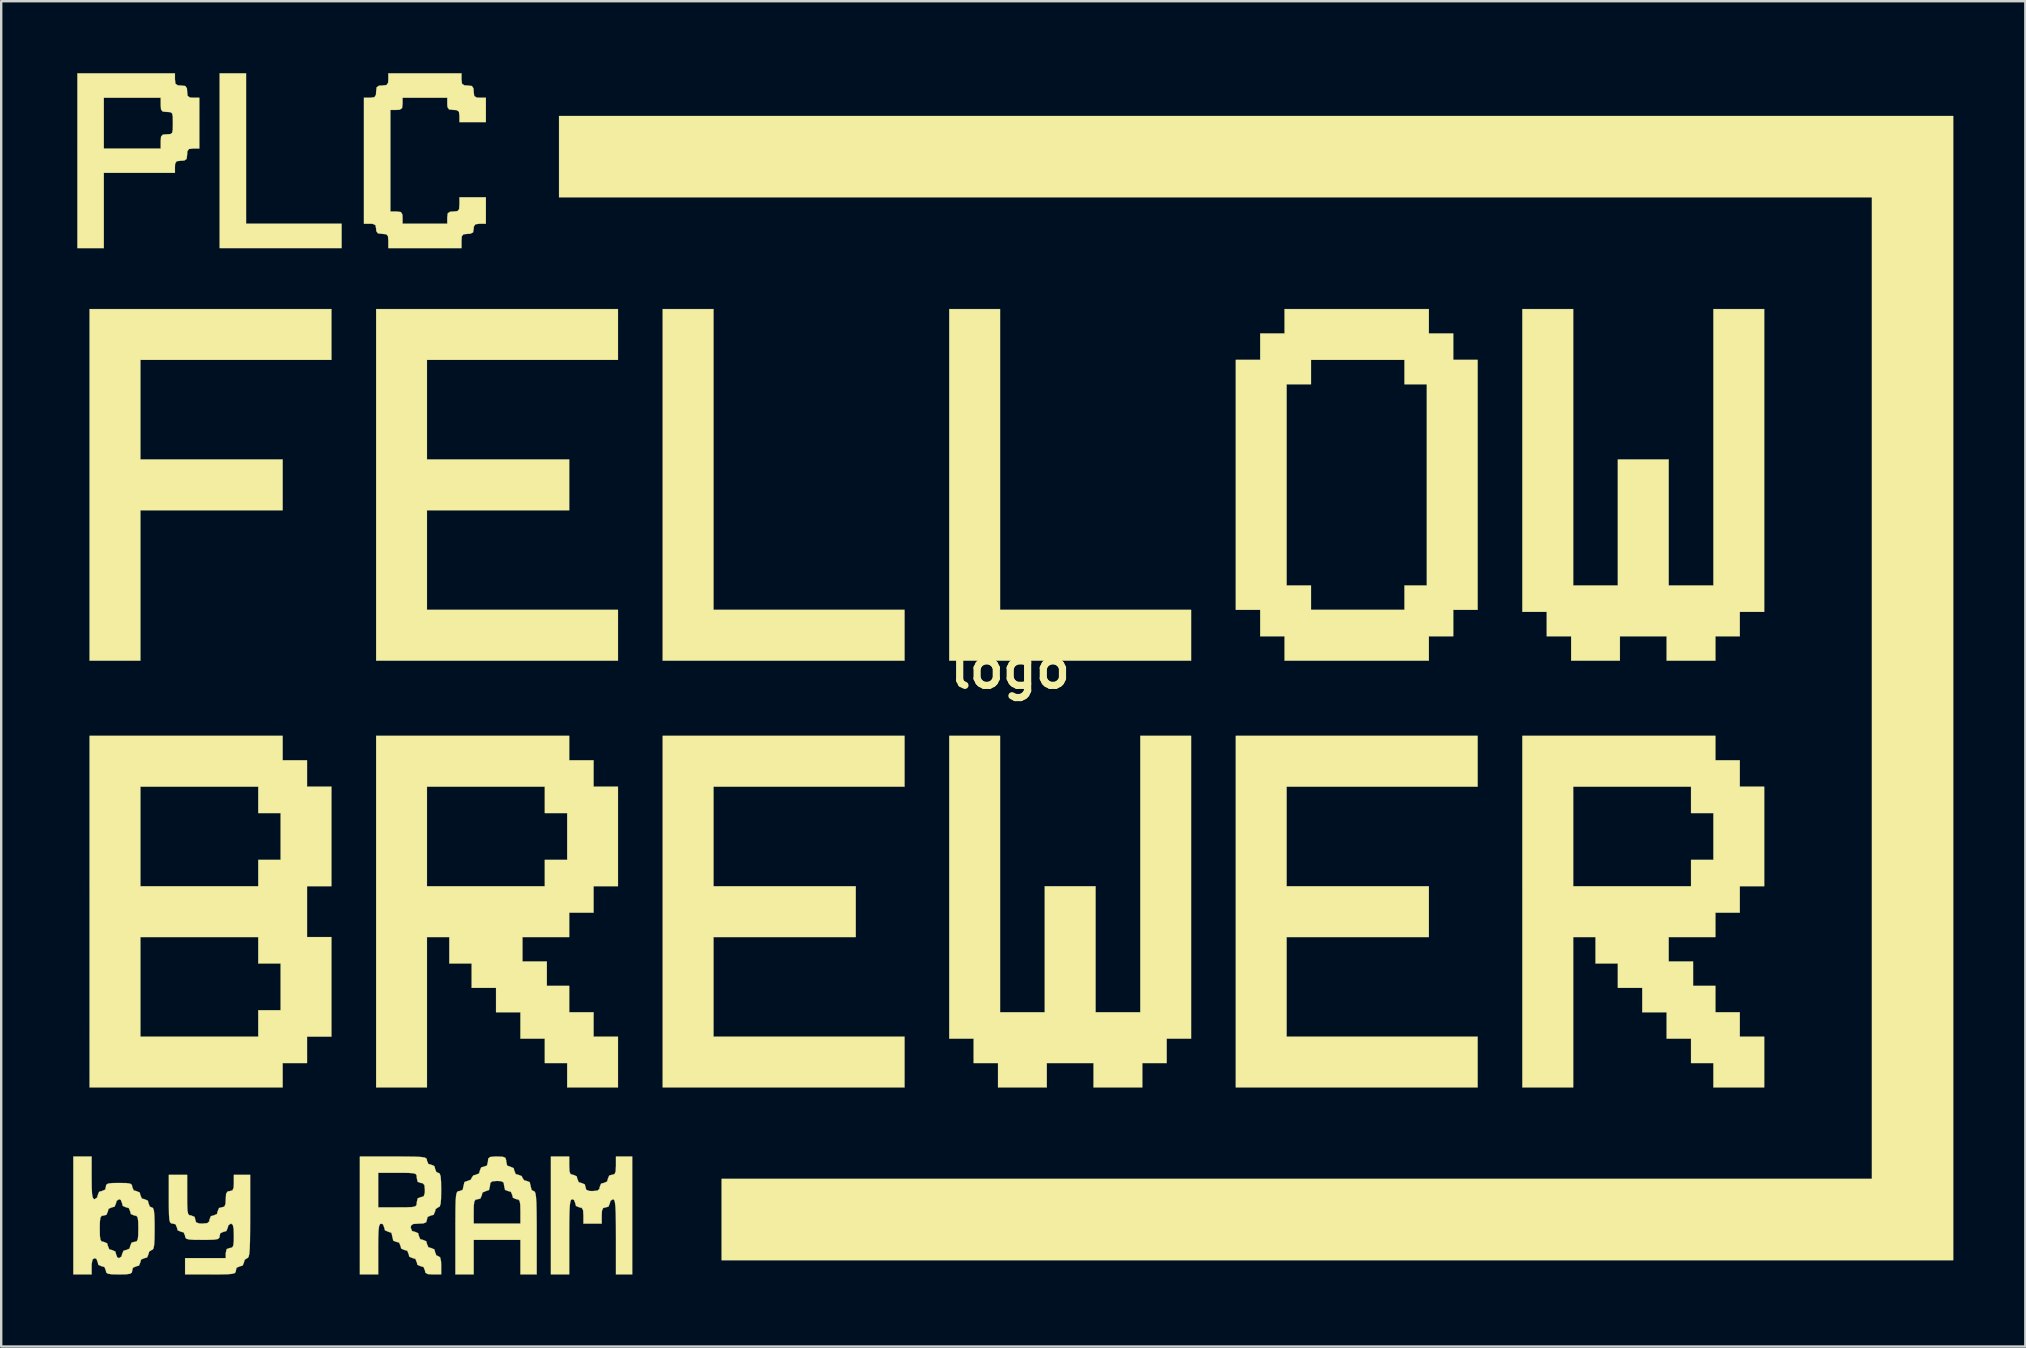
<source format=kicad_pcb>
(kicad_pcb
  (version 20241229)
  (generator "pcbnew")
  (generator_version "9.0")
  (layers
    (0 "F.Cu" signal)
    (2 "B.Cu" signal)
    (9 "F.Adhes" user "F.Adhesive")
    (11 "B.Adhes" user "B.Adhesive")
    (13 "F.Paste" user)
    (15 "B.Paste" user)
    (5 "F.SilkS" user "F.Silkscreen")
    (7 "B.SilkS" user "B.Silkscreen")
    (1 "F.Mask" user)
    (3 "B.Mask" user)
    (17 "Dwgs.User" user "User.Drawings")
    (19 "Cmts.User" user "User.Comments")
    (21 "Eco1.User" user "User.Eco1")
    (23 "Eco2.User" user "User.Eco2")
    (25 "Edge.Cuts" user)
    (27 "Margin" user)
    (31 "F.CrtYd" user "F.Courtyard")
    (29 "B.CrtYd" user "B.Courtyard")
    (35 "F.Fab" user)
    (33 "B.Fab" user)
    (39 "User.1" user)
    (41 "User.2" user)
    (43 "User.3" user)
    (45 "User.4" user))
  (footprint "logo"
    (layer "F.Cu")
    (at 39.036 24.812)
    (property "Reference" "logo" (at 0 0 0) (layer "F.SilkS") (effects (font (size 1.524 1.524) (thickness 0.3))))
    (attr through_hole)
    (fp_poly (pts (xy -31.835 -18.542) (xy -27.855 -18.542) (xy -27.855 -17.526) (xy -32.935 -17.526) (xy -32.935 -24.807) (xy -31.835 -24.807) (xy -31.835 -18.542)) (stroke (width 0.01) (type solid)) (fill yes) (layer "F.SilkS"))
    (fp_poly (pts (xy -12.361 -2.455) (xy -4.403 -2.455) (xy -4.403 -0.339) (xy -14.478 -0.339) (xy -14.478 -14.986) (xy -12.361 -14.986) (xy -12.361 -2.455)) (stroke (width 0.01) (type solid)) (fill yes) (layer "F.SilkS"))
    (fp_poly (pts (xy -0.423 -2.455) (xy 7.535 -2.455) (xy 7.535 -0.339) (xy -2.54 -0.339) (xy -2.54 -14.986) (xy -0.423 -14.986) (xy -0.423 -2.455)) (stroke (width 0.01) (type solid)) (fill yes) (layer "F.SilkS"))
    (fp_poly (pts (xy 39.285 24.638) (xy -12.023 24.638) (xy -12.023 21.251) (xy 35.899 21.251) (xy 35.899 -19.643) (xy -18.796 -19.643) (xy -18.796 -23.029) (xy 39.285 -23.029) (xy 39.285 24.638)) (stroke (width 0.01) (type solid)) (fill yes) (layer "F.SilkS"))
    (fp_poly (pts (xy -28.279 -12.869) (xy -36.237 -12.869) (xy -36.237 -8.721) (xy -30.311 -8.721) (xy -30.311 -6.604) (xy -36.237 -6.604) (xy -36.237 -0.339) (xy -38.354 -0.339) (xy -38.354 -14.986) (xy -28.279 -14.986) (xy -28.279 -12.869)) (stroke (width 0.01) (type solid)) (fill yes) (layer "F.SilkS"))
    (fp_poly (pts (xy -16.341 -12.869) (xy -24.299 -12.869) (xy -24.299 -8.721) (xy -18.373 -8.721) (xy -18.373 -6.604) (xy -24.299 -6.604) (xy -24.299 -2.455) (xy -16.341 -2.455) (xy -16.341 -0.339) (xy -26.416 -0.339) (xy -26.416 -14.986) (xy -16.341 -14.986) (xy -16.341 -12.869)) (stroke (width 0.01) (type solid)) (fill yes) (layer "F.SilkS"))
    (fp_poly (pts (xy -4.403 4.911) (xy -12.361 4.911) (xy -12.361 9.059) (xy -6.435 9.059) (xy -6.435 11.176) (xy -12.361 11.176) (xy -12.361 15.325) (xy -4.403 15.325) (xy -4.403 17.441) (xy -14.478 17.441) (xy -14.478 2.794) (xy -4.403 2.794) (xy -4.403 4.911)) (stroke (width 0.01) (type solid)) (fill yes) (layer "F.SilkS"))
    (fp_poly (pts (xy 19.473 4.911) (xy 11.515 4.911) (xy 11.515 9.059) (xy 17.441 9.059) (xy 17.441 11.176) (xy 11.515 11.176) (xy 11.515 15.325) (xy 19.473 15.325) (xy 19.473 17.441) (xy 9.398 17.441) (xy 9.398 2.794) (xy 19.473 2.794) (xy 19.473 4.911)) (stroke (width 0.01) (type solid)) (fill yes) (layer "F.SilkS"))
    (fp_poly (pts (xy -0.423 14.309) (xy 1.439 14.309) (xy 1.439 9.059) (xy 3.556 9.059) (xy 3.556 14.309) (xy 5.419 14.309) (xy 5.419 2.794) (xy 7.535 2.794) (xy 7.535 15.409) (xy 6.519 15.409) (xy 6.519 16.425) (xy 5.503 16.425) (xy 5.503 17.441) (xy 3.471 17.441) (xy 3.471 16.425) (xy 1.524 16.425) (xy 1.524 17.441) (xy -0.508 17.441) (xy -0.508 16.425) (xy -1.524 16.425) (xy -1.524 15.409) (xy -2.54 15.409) (xy -2.54 2.794) (xy -0.423 2.794) (xy -0.423 14.309)) (stroke (width 0.01) (type solid)) (fill yes) (layer "F.SilkS"))
    (fp_poly (pts (xy 23.453 -3.471) (xy 25.315 -3.471) (xy 25.315 -8.721) (xy 27.432 -8.721) (xy 27.432 -3.471) (xy 29.295 -3.471) (xy 29.295 -14.986) (xy 31.411 -14.986) (xy 31.411 -2.371) (xy 30.395 -2.371) (xy 30.395 -1.355) (xy 29.379 -1.355) (xy 29.379 -0.339) (xy 27.347 -0.339) (xy 27.347 -1.355) (xy 25.4 -1.355) (xy 25.4 -0.339) (xy 23.368 -0.339) (xy 23.368 -1.355) (xy 22.352 -1.355) (xy 22.352 -2.371) (xy 21.336 -2.371) (xy 21.336 -14.986) (xy 23.453 -14.986) (xy 23.453 -3.471)) (stroke (width 0.01) (type solid)) (fill yes) (layer "F.SilkS"))
    (fp_poly (pts (xy 17.441 -13.97) (xy 18.457 -13.97) (xy 18.457 -12.869) (xy 19.473 -12.869) (xy 19.473 -2.455) (xy 18.457 -2.455) (xy 18.457 -1.355) (xy 17.441 -1.355) (xy 17.441 -0.339) (xy 11.43 -0.339) (xy 11.43 -1.355) (xy 10.414 -1.355) (xy 10.414 -2.455) (xy 9.398 -2.455) (xy 9.398 -11.853) (xy 11.515 -11.853) (xy 11.515 -3.471) (xy 12.531 -3.471) (xy 12.531 -2.455) (xy 16.425 -2.455) (xy 16.425 -3.471) (xy 17.357 -3.471) (xy 17.357 -11.853) (xy 16.425 -11.853) (xy 16.425 -12.869) (xy 12.531 -12.869) (xy 12.531 -11.853) (xy 11.515 -11.853) (xy 9.398 -11.853) (xy 9.398 -12.869) (xy 10.414 -12.869) (xy 10.414 -13.97) (xy 11.43 -13.97) (xy 11.43 -14.986) (xy 17.441 -14.986) (xy 17.441 -13.97)) (stroke (width 0.01) (type solid)) (fill yes) (layer "F.SilkS"))
    (fp_poly (pts (xy -30.311 3.81) (xy -29.295 3.81) (xy -29.295 4.911) (xy -28.279 4.911) (xy -28.279 9.059) (xy -29.295 9.059) (xy -29.295 11.176) (xy -28.279 11.176) (xy -28.279 15.325) (xy -29.295 15.325) (xy -29.295 16.425) (xy -30.311 16.425) (xy -30.311 17.441) (xy -38.354 17.441) (xy -38.354 11.176) (xy -36.237 11.176) (xy -36.237 15.325) (xy -31.327 15.325) (xy -31.327 14.224) (xy -30.395 14.224) (xy -30.395 12.277) (xy -31.327 12.277) (xy -31.327 11.176) (xy -36.237 11.176) (xy -38.354 11.176) (xy -38.354 4.911) (xy -36.237 4.911) (xy -36.237 9.059) (xy -31.327 9.059) (xy -31.327 7.959) (xy -30.395 7.959) (xy -30.395 6.011) (xy -31.327 6.011) (xy -31.327 4.911) (xy -36.237 4.911) (xy -38.354 4.911) (xy -38.354 2.794) (xy -30.311 2.794) (xy -30.311 3.81)) (stroke (width 0.01) (type solid)) (fill yes) (layer "F.SilkS"))
    (fp_poly (pts (xy -18.373 3.81) (xy -17.357 3.81) (xy -17.357 4.911) (xy -16.341 4.911) (xy -16.341 9.059) (xy -17.357 9.059) (xy -17.357 10.16) (xy -18.373 10.16) (xy -18.373 11.176) (xy -20.32 11.176) (xy -20.32 12.192) (xy -19.304 12.192) (xy -19.304 13.208) (xy -18.373 13.208) (xy -18.373 14.309) (xy -17.357 14.309) (xy -17.357 15.325) (xy -16.341 15.325) (xy -16.341 17.441) (xy -18.457 17.441) (xy -18.457 16.425) (xy -19.389 16.425) (xy -19.389 15.409) (xy -20.405 15.409) (xy -20.405 14.309) (xy -21.421 14.309) (xy -21.421 13.293) (xy -22.437 13.293) (xy -22.437 12.277) (xy -23.368 12.277) (xy -23.368 11.176) (xy -24.299 11.176) (xy -24.299 17.441) (xy -26.416 17.441) (xy -26.416 4.911) (xy -24.299 4.911) (xy -24.299 9.059) (xy -19.389 9.059) (xy -19.389 7.959) (xy -18.457 7.959) (xy -18.457 6.011) (xy -19.389 6.011) (xy -19.389 4.911) (xy -24.299 4.911) (xy -26.416 4.911) (xy -26.416 2.794) (xy -18.373 2.794) (xy -18.373 3.81)) (stroke (width 0.01) (type solid)) (fill yes) (layer "F.SilkS"))
    (fp_poly (pts (xy 29.379 3.81) (xy 30.395 3.81) (xy 30.395 4.911) (xy 31.411 4.911) (xy 31.411 9.059) (xy 30.395 9.059) (xy 30.395 10.16) (xy 29.379 10.16) (xy 29.379 11.176) (xy 27.432 11.176) (xy 27.432 12.192) (xy 28.448 12.192) (xy 28.448 13.208) (xy 29.379 13.208) (xy 29.379 14.309) (xy 30.395 14.309) (xy 30.395 15.325) (xy 31.411 15.325) (xy 31.411 17.441) (xy 29.295 17.441) (xy 29.295 16.425) (xy 28.363 16.425) (xy 28.363 15.409) (xy 27.347 15.409) (xy 27.347 14.309) (xy 26.331 14.309) (xy 26.331 13.293) (xy 25.315 13.293) (xy 25.315 12.277) (xy 24.384 12.277) (xy 24.384 11.176) (xy 23.453 11.176) (xy 23.453 17.441) (xy 21.336 17.441) (xy 21.336 4.911) (xy 23.453 4.911) (xy 23.453 9.059) (xy 28.363 9.059) (xy 28.363 7.959) (xy 29.295 7.959) (xy 29.295 6.011) (xy 28.363 6.011) (xy 28.363 4.911) (xy 23.453 4.911) (xy 21.336 4.911) (xy 21.336 2.794) (xy 29.379 2.794) (xy 29.379 3.81)) (stroke (width 0.01) (type solid)) (fill yes) (layer "F.SilkS"))
    (fp_poly (pts (xy -34.798 -24.553) (xy -34.777 -24.373) (xy -34.678 -24.307) (xy -34.544 -24.299) (xy -34.364 -24.278) (xy -34.298 -24.179) (xy -34.29 -24.045) (xy -34.269 -23.865) (xy -34.17 -23.799) (xy -34.036 -23.791) (xy -33.782 -23.791) (xy -33.782 -21.675) (xy -34.036 -21.675) (xy -34.216 -21.654) (xy -34.282 -21.555) (xy -34.29 -21.421) (xy -34.311 -21.241) (xy -34.41 -21.174) (xy -34.544 -21.167) (xy -34.724 -21.146) (xy -34.79 -21.047) (xy -34.798 -20.913) (xy -34.798 -20.659) (xy -37.761 -20.659) (xy -37.761 -17.526) (xy -38.862 -17.526) (xy -38.862 -23.791) (xy -37.761 -23.791) (xy -37.761 -21.675) (xy -35.391 -21.675) (xy -35.391 -21.971) (xy -35.377 -22.17) (xy -35.305 -22.252) (xy -35.137 -22.267) (xy -34.991 -22.275) (xy -34.916 -22.326) (xy -34.887 -22.463) (xy -34.883 -22.726) (xy -34.883 -22.733) (xy -34.887 -22.999) (xy -34.915 -23.138) (xy -34.989 -23.19) (xy -35.133 -23.199) (xy -35.137 -23.199) (xy -35.307 -23.215) (xy -35.377 -23.299) (xy -35.391 -23.495) (xy -35.391 -23.791) (xy -37.761 -23.791) (xy -38.862 -23.791) (xy -38.862 -24.807) (xy -34.798 -24.807) (xy -34.798 -24.553)) (stroke (width 0.01) (type solid)) (fill yes) (layer "F.SilkS"))
    (fp_poly (pts (xy -18.373 20.701) (xy -18.362 20.939) (xy -18.316 21.052) (xy -18.215 21.082) (xy -18.203 21.082) (xy -18.062 21.142) (xy -18.034 21.251) (xy -17.974 21.393) (xy -17.865 21.421) (xy -17.723 21.481) (xy -17.695 21.59) (xy -17.662 21.707) (xy -17.533 21.754) (xy -17.399 21.759) (xy -17.195 21.74) (xy -17.112 21.666) (xy -17.103 21.59) (xy -17.043 21.448) (xy -16.933 21.421) (xy -16.792 21.361) (xy -16.764 21.251) (xy -16.704 21.11) (xy -16.595 21.082) (xy -16.489 21.057) (xy -16.439 20.954) (xy -16.425 20.728) (xy -16.425 20.701) (xy -16.425 20.32) (xy -15.748 20.32) (xy -15.748 25.231) (xy -16.425 25.231) (xy -16.425 23.664) (xy -16.427 23.105) (xy -16.433 22.694) (xy -16.446 22.409) (xy -16.467 22.229) (xy -16.497 22.133) (xy -16.539 22.099) (xy -16.552 22.098) (xy -16.656 22.169) (xy -16.679 22.267) (xy -16.739 22.409) (xy -16.849 22.437) (xy -16.959 22.465) (xy -17.008 22.58) (xy -17.018 22.775) (xy -17.018 23.114) (xy -17.78 23.114) (xy -17.78 22.775) (xy -17.794 22.554) (xy -17.852 22.456) (xy -17.949 22.437) (xy -18.091 22.377) (xy -18.119 22.267) (xy -18.172 22.129) (xy -18.246 22.098) (xy -18.291 22.119) (xy -18.324 22.197) (xy -18.347 22.353) (xy -18.362 22.609) (xy -18.37 22.985) (xy -18.373 23.504) (xy -18.373 23.664) (xy -18.373 25.231) (xy -19.135 25.231) (xy -19.135 20.32) (xy -18.373 20.32) (xy -18.373 20.701)) (stroke (width 0.01) (type solid)) (fill yes) (layer "F.SilkS"))
    (fp_poly (pts (xy -22.86 -24.553) (xy -22.839 -24.373) (xy -22.74 -24.307) (xy -22.606 -24.299) (xy -22.426 -24.278) (xy -22.36 -24.179) (xy -22.352 -24.045) (xy -22.331 -23.865) (xy -22.232 -23.799) (xy -22.098 -23.791) (xy -21.844 -23.791) (xy -21.844 -22.775) (xy -22.945 -22.775) (xy -22.945 -23.029) (xy -22.966 -23.209) (xy -23.065 -23.276) (xy -23.199 -23.283) (xy -23.379 -23.304) (xy -23.445 -23.403) (xy -23.453 -23.537) (xy -23.453 -23.791) (xy -25.315 -23.791) (xy -25.315 -23.537) (xy -25.336 -23.357) (xy -25.435 -23.291) (xy -25.569 -23.283) (xy -25.823 -23.283) (xy -25.823 -19.05) (xy -25.569 -19.05) (xy -25.389 -19.029) (xy -25.323 -18.93) (xy -25.315 -18.796) (xy -25.315 -18.542) (xy -23.453 -18.542) (xy -23.453 -18.796) (xy -23.432 -18.976) (xy -23.333 -19.042) (xy -23.199 -19.05) (xy -23.028 -19.067) (xy -22.958 -19.15) (xy -22.945 -19.346) (xy -22.945 -19.643) (xy -21.844 -19.643) (xy -21.844 -18.542) (xy -22.098 -18.542) (xy -22.28 -18.519) (xy -22.346 -18.422) (xy -22.352 -18.33) (xy -22.379 -18.179) (xy -22.496 -18.124) (xy -22.606 -18.119) (xy -22.777 -18.102) (xy -22.847 -18.018) (xy -22.86 -17.822) (xy -22.86 -17.526) (xy -25.908 -17.526) (xy -25.908 -17.822) (xy -25.922 -18.021) (xy -25.994 -18.103) (xy -26.162 -18.119) (xy -26.344 -18.141) (xy -26.41 -18.238) (xy -26.416 -18.33) (xy -26.443 -18.482) (xy -26.56 -18.537) (xy -26.67 -18.542) (xy -26.924 -18.542) (xy -26.924 -23.791) (xy -26.67 -23.791) (xy -26.49 -23.812) (xy -26.424 -23.911) (xy -26.416 -24.045) (xy -26.395 -24.225) (xy -26.296 -24.292) (xy -26.162 -24.299) (xy -25.982 -24.32) (xy -25.916 -24.419) (xy -25.908 -24.553) (xy -25.908 -24.807) (xy -22.86 -24.807) (xy -22.86 -24.553)) (stroke (width 0.01) (type solid)) (fill yes) (layer "F.SilkS"))
    (fp_poly (pts (xy -21.143 20.329) (xy -21.032 20.372) (xy -20.999 20.475) (xy -20.997 20.532) (xy -20.958 20.698) (xy -20.828 20.743) (xy -20.686 20.803) (xy -20.659 20.913) (xy -20.599 21.054) (xy -20.489 21.082) (xy -20.351 21.135) (xy -20.32 21.209) (xy -20.249 21.312) (xy -20.151 21.336) (xy -20.018 21.386) (xy -19.981 21.548) (xy -19.937 21.718) (xy -19.854 21.759) (xy -19.811 21.78) (xy -19.779 21.855) (xy -19.756 22.005) (xy -19.74 22.25) (xy -19.732 22.611) (xy -19.728 23.109) (xy -19.727 23.495) (xy -19.727 25.231) (xy -20.405 25.231) (xy -20.405 23.791) (xy -22.352 23.791) (xy -22.352 25.231) (xy -23.114 25.231) (xy -23.114 23.495) (xy -23.113 22.912) (xy -23.111 22.606) (xy -22.352 22.606) (xy -22.352 23.114) (xy -20.405 23.114) (xy -20.405 22.606) (xy -20.411 22.322) (xy -20.438 22.169) (xy -20.499 22.107) (xy -20.574 22.098) (xy -20.716 22.038) (xy -20.743 21.929) (xy -20.803 21.787) (xy -20.913 21.759) (xy -21.045 21.71) (xy -21.082 21.548) (xy -21.104 21.405) (xy -21.204 21.346) (xy -21.378 21.336) (xy -21.579 21.352) (xy -21.661 21.423) (xy -21.675 21.548) (xy -21.714 21.714) (xy -21.844 21.759) (xy -21.986 21.819) (xy -22.013 21.929) (xy -22.073 22.07) (xy -22.183 22.098) (xy -22.277 22.117) (xy -22.328 22.198) (xy -22.349 22.381) (xy -22.352 22.606) (xy -23.111 22.606) (xy -23.11 22.476) (xy -23.102 22.167) (xy -23.087 21.962) (xy -23.063 21.841) (xy -23.028 21.781) (xy -22.98 21.761) (xy -22.945 21.759) (xy -22.812 21.71) (xy -22.775 21.548) (xy -22.736 21.382) (xy -22.606 21.336) (xy -22.468 21.283) (xy -22.437 21.209) (xy -22.366 21.106) (xy -22.267 21.082) (xy -22.126 21.022) (xy -22.098 20.913) (xy -22.038 20.771) (xy -21.929 20.743) (xy -21.796 20.694) (xy -21.759 20.532) (xy -21.744 20.401) (xy -21.666 20.339) (xy -21.481 20.321) (xy -21.378 20.32) (xy -21.143 20.329)) (stroke (width 0.01) (type solid)) (fill yes) (layer "F.SilkS"))
    (fp_poly (pts (xy -34.29 21.929) (xy -34.288 22.314) (xy -34.277 22.561) (xy -34.251 22.699) (xy -34.204 22.761) (xy -34.13 22.775) (xy -34.121 22.775) (xy -33.979 22.835) (xy -33.951 22.945) (xy -33.918 23.061) (xy -33.789 23.108) (xy -33.655 23.114) (xy -33.451 23.095) (xy -33.368 23.021) (xy -33.359 22.945) (xy -33.299 22.803) (xy -33.189 22.775) (xy -33.048 22.715) (xy -33.02 22.606) (xy -32.96 22.464) (xy -32.851 22.437) (xy -32.74 22.408) (xy -32.691 22.293) (xy -32.681 22.098) (xy -32.667 21.876) (xy -32.61 21.779) (xy -32.512 21.759) (xy -32.401 21.731) (xy -32.352 21.616) (xy -32.343 21.421) (xy -32.343 21.082) (xy -31.665 21.082) (xy -31.665 22.818) (xy -31.667 23.41) (xy -31.672 23.853) (xy -31.683 24.168) (xy -31.701 24.375) (xy -31.728 24.494) (xy -31.764 24.546) (xy -31.792 24.553) (xy -31.896 24.624) (xy -31.919 24.723) (xy -31.979 24.864) (xy -32.089 24.892) (xy -32.23 24.952) (xy -32.258 25.061) (xy -32.268 25.132) (xy -32.315 25.179) (xy -32.427 25.208) (xy -32.632 25.224) (xy -32.957 25.23) (xy -33.316 25.231) (xy -34.375 25.231) (xy -34.375 24.553) (xy -32.681 24.553) (xy -32.681 24.342) (xy -32.642 24.176) (xy -32.512 24.13) (xy -32.417 24.111) (xy -32.366 24.03) (xy -32.346 23.847) (xy -32.343 23.622) (xy -32.352 23.327) (xy -32.387 23.169) (xy -32.454 23.115) (xy -32.47 23.114) (xy -32.573 23.185) (xy -32.597 23.283) (xy -32.657 23.425) (xy -32.766 23.453) (xy -32.908 23.513) (xy -32.935 23.622) (xy -32.949 23.704) (xy -33.011 23.755) (xy -33.155 23.781) (xy -33.414 23.79) (xy -33.655 23.791) (xy -34.005 23.788) (xy -34.219 23.774) (xy -34.329 23.74) (xy -34.37 23.679) (xy -34.375 23.622) (xy -34.435 23.48) (xy -34.544 23.453) (xy -34.686 23.393) (xy -34.713 23.283) (xy -34.773 23.142) (xy -34.883 23.114) (xy -34.954 23.104) (xy -35.002 23.055) (xy -35.031 22.94) (xy -35.046 22.73) (xy -35.051 22.397) (xy -35.052 22.098) (xy -35.052 21.082) (xy -34.29 21.082) (xy -34.29 21.929)) (stroke (width 0.01) (type solid)) (fill yes) (layer "F.SilkS"))
    (fp_poly (pts (xy -25.181 20.321) (xy -24.811 20.326) (xy -24.562 20.337) (xy -24.41 20.358) (xy -24.332 20.392) (xy -24.303 20.441) (xy -24.299 20.489) (xy -24.239 20.631) (xy -24.13 20.659) (xy -23.988 20.719) (xy -23.961 20.828) (xy -23.908 20.966) (xy -23.834 20.997) (xy -23.77 21.028) (xy -23.731 21.14) (xy -23.712 21.362) (xy -23.707 21.717) (xy -23.712 22.077) (xy -23.732 22.297) (xy -23.771 22.407) (xy -23.834 22.437) (xy -23.937 22.507) (xy -23.961 22.606) (xy -24.021 22.748) (xy -24.13 22.775) (xy -24.272 22.835) (xy -24.299 22.945) (xy -24.328 23.055) (xy -24.443 23.104) (xy -24.638 23.114) (xy -24.86 23.128) (xy -24.957 23.186) (xy -24.977 23.283) (xy -24.917 23.425) (xy -24.807 23.453) (xy -24.666 23.513) (xy -24.638 23.622) (xy -24.578 23.764) (xy -24.469 23.791) (xy -24.327 23.851) (xy -24.299 23.961) (xy -24.239 24.102) (xy -24.13 24.13) (xy -23.988 24.19) (xy -23.961 24.299) (xy -23.908 24.437) (xy -23.834 24.469) (xy -23.75 24.519) (xy -23.712 24.688) (xy -23.707 24.85) (xy -23.707 25.231) (xy -24.045 25.231) (xy -24.267 25.216) (xy -24.365 25.159) (xy -24.384 25.061) (xy -24.444 24.92) (xy -24.553 24.892) (xy -24.695 24.832) (xy -24.723 24.723) (xy -24.783 24.581) (xy -24.892 24.553) (xy -25.034 24.493) (xy -25.061 24.384) (xy -25.121 24.242) (xy -25.231 24.215) (xy -25.372 24.155) (xy -25.4 24.045) (xy -25.46 23.904) (xy -25.569 23.876) (xy -25.702 23.826) (xy -25.739 23.664) (xy -25.778 23.498) (xy -25.908 23.453) (xy -26.05 23.393) (xy -26.077 23.283) (xy -26.13 23.145) (xy -26.204 23.114) (xy -26.258 23.139) (xy -26.295 23.231) (xy -26.317 23.415) (xy -26.328 23.717) (xy -26.331 24.163) (xy -26.331 24.172) (xy -26.331 25.231) (xy -27.093 25.231) (xy -27.093 20.997) (xy -26.331 20.997) (xy -26.331 22.437) (xy -25.527 22.437) (xy -25.154 22.435) (xy -24.919 22.425) (xy -24.79 22.398) (xy -24.735 22.346) (xy -24.723 22.261) (xy -24.723 22.225) (xy -24.683 22.059) (xy -24.553 22.013) (xy -24.437 21.98) (xy -24.39 21.851) (xy -24.384 21.717) (xy -24.403 21.513) (xy -24.477 21.43) (xy -24.553 21.421) (xy -24.686 21.371) (xy -24.723 21.209) (xy -24.728 21.111) (xy -24.766 21.049) (xy -24.868 21.015) (xy -25.066 21.001) (xy -25.391 20.997) (xy -25.527 20.997) (xy -26.331 20.997) (xy -27.093 20.997) (xy -27.093 20.32) (xy -25.696 20.32) (xy -25.181 20.321)) (stroke (width 0.01) (type solid)) (fill yes) (layer "F.SilkS"))
    (fp_poly (pts (xy -38.269 21.209) (xy -38.265 21.615) (xy -38.251 21.879) (xy -38.223 22.029) (xy -38.176 22.091) (xy -38.142 22.098) (xy -38.039 22.027) (xy -38.015 21.929) (xy -37.955 21.787) (xy -37.846 21.759) (xy -37.704 21.699) (xy -37.677 21.59) (xy -37.66 21.498) (xy -37.583 21.447) (xy -37.41 21.425) (xy -37.126 21.421) (xy -36.829 21.426) (xy -36.662 21.449) (xy -36.591 21.503) (xy -36.576 21.59) (xy -36.516 21.732) (xy -36.407 21.759) (xy -36.265 21.819) (xy -36.237 21.929) (xy -36.177 22.07) (xy -36.068 22.098) (xy -35.926 22.158) (xy -35.899 22.267) (xy -35.846 22.405) (xy -35.772 22.437) (xy -35.714 22.464) (xy -35.676 22.564) (xy -35.655 22.764) (xy -35.646 23.091) (xy -35.645 23.326) (xy -35.649 23.732) (xy -35.663 23.996) (xy -35.691 24.145) (xy -35.738 24.208) (xy -35.772 24.215) (xy -35.875 24.285) (xy -35.899 24.384) (xy -35.959 24.526) (xy -36.068 24.553) (xy -36.21 24.613) (xy -36.237 24.723) (xy -36.297 24.864) (xy -36.407 24.892) (xy -36.548 24.952) (xy -36.576 25.061) (xy -36.593 25.153) (xy -36.67 25.204) (xy -36.843 25.226) (xy -37.126 25.231) (xy -37.424 25.225) (xy -37.59 25.202) (xy -37.662 25.149) (xy -37.677 25.061) (xy -37.737 24.92) (xy -37.846 24.892) (xy -37.988 24.832) (xy -38.015 24.723) (xy -38.068 24.585) (xy -38.142 24.553) (xy -38.231 24.609) (xy -38.267 24.795) (xy -38.269 24.892) (xy -38.269 25.231) (xy -39.031 25.231) (xy -39.031 23.326) (xy -37.931 23.326) (xy -37.925 23.623) (xy -37.902 23.79) (xy -37.849 23.861) (xy -37.761 23.876) (xy -37.62 23.936) (xy -37.592 24.045) (xy -37.532 24.187) (xy -37.423 24.215) (xy -37.281 24.275) (xy -37.253 24.384) (xy -37.2 24.522) (xy -37.126 24.553) (xy -37.023 24.483) (xy -36.999 24.384) (xy -36.939 24.242) (xy -36.83 24.215) (xy -36.688 24.155) (xy -36.661 24.045) (xy -36.601 23.904) (xy -36.491 23.876) (xy -36.4 23.859) (xy -36.349 23.782) (xy -36.327 23.609) (xy -36.322 23.326) (xy -36.327 23.028) (xy -36.351 22.862) (xy -36.404 22.79) (xy -36.491 22.775) (xy -36.633 22.715) (xy -36.661 22.606) (xy -36.721 22.464) (xy -36.83 22.437) (xy -36.972 22.377) (xy -36.999 22.267) (xy -37.052 22.129) (xy -37.126 22.098) (xy -37.23 22.169) (xy -37.253 22.267) (xy -37.313 22.409) (xy -37.423 22.437) (xy -37.564 22.497) (xy -37.592 22.606) (xy -37.652 22.748) (xy -37.761 22.775) (xy -37.853 22.792) (xy -37.904 22.869) (xy -37.926 23.042) (xy -37.931 23.326) (xy -39.031 23.326) (xy -39.031 20.32) (xy -38.269 20.32) (xy -38.269 21.209)) (stroke (width 0.01) (type solid)) (fill yes) (layer "F.SilkS")))
  (gr_rect
    (start -3 -3)
    (end 81.327 53.048)
    (stroke (width 0.1) (type default))
    (fill no)
    (layer "Edge.Cuts")))
</source>
